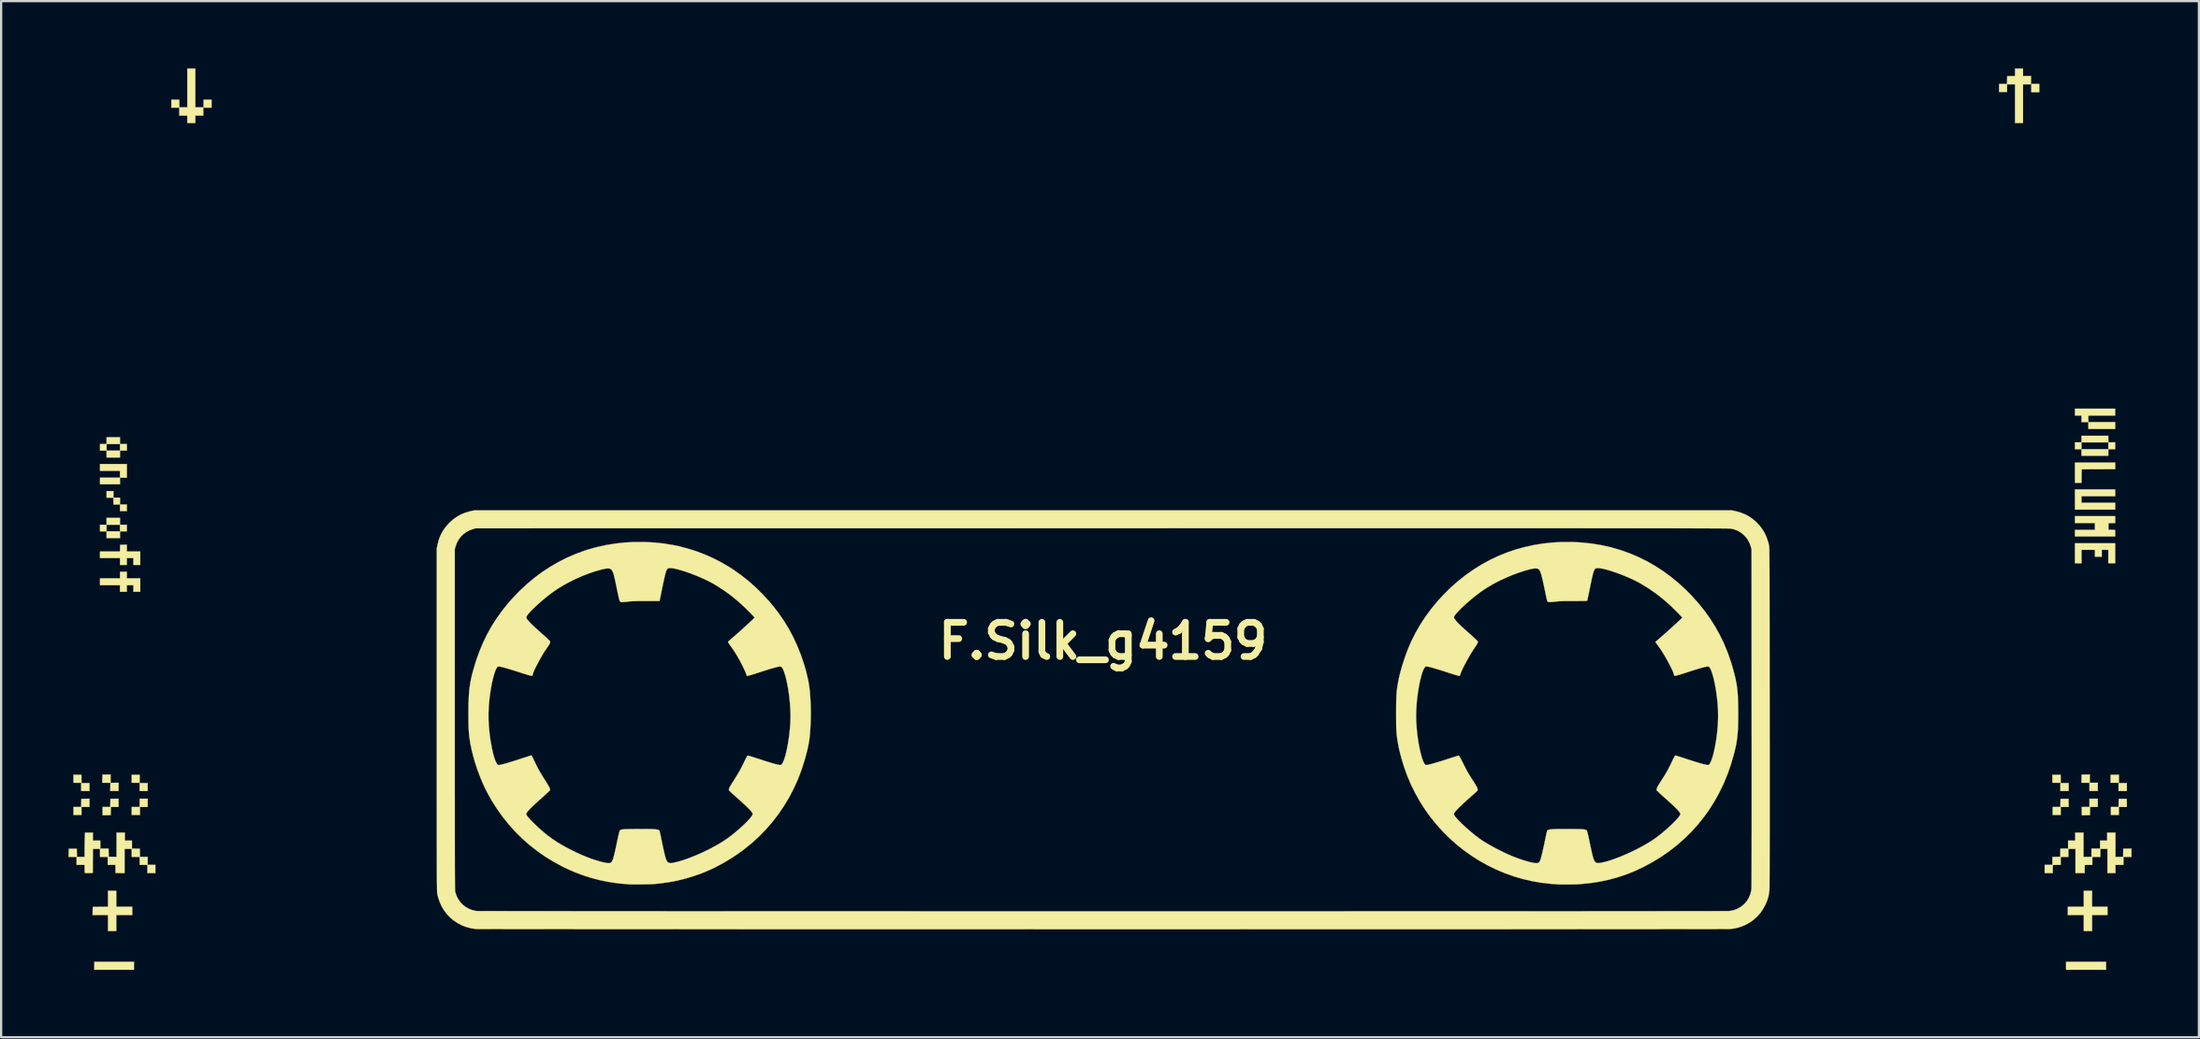
<source format=kicad_pcb>
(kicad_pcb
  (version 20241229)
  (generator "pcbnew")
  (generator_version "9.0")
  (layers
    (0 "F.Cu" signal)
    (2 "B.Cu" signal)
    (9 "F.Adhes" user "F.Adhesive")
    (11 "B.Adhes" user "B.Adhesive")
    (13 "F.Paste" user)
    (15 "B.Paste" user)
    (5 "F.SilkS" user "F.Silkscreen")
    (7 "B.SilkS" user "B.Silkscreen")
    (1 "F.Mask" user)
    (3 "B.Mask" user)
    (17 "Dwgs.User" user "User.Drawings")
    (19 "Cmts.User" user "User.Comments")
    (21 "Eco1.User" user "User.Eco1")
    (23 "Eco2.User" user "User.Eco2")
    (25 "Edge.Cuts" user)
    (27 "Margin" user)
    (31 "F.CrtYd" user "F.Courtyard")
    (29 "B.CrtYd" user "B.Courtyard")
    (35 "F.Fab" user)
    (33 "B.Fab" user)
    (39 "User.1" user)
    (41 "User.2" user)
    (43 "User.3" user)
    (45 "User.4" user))
  (footprint "F.Silk_g4159"
    (layer "F.Cu")
    (at 46.056 25.507)
    (property "Reference" "F.Silk_g4159" (at 0 0 0) (layer "F.SilkS") (effects (font (size 1.524 1.524) (thickness 0.3))))
    (attr through_hole)
    (fp_poly (pts (xy -45.479 6.312) (xy -45.834 6.312) (xy -45.834 5.956) (xy -45.479 5.956) (xy -45.479 6.312)) (stroke (width 0.01) (type solid)) (fill yes) (layer "F.SilkS"))
    (fp_poly (pts (xy -45.123 6.68) (xy -45.491 6.68) (xy -45.491 6.325) (xy -45.123 6.325) (xy -45.123 6.68)) (stroke (width 0.01) (type solid)) (fill yes) (layer "F.SilkS"))
    (fp_poly (pts (xy -44.183 6.312) (xy -44.552 6.312) (xy -44.545 5.95) (xy -44.183 5.943) (xy -44.183 6.312)) (stroke (width 0.01) (type solid)) (fill yes) (layer "F.SilkS"))
    (fp_poly (pts (xy -44.056 -6.388) (xy -44.361 -6.388) (xy -44.361 -6.68) (xy -44.056 -6.68) (xy -44.056 -6.388)) (stroke (width 0.01) (type solid)) (fill yes) (layer "F.SilkS"))
    (fp_poly (pts (xy -43.828 6.68) (xy -44.197 6.68) (xy -44.19 6.318) (xy -43.828 6.311) (xy -43.828 6.68)) (stroke (width 0.01) (type solid)) (fill yes) (layer "F.SilkS"))
    (fp_poly (pts (xy -43.764 -6.985) (xy -44.653 -6.985) (xy -44.653 -7.277) (xy -43.764 -7.277) (xy -43.764 -6.985)) (stroke (width 0.01) (type solid)) (fill yes) (layer "F.SilkS"))
    (fp_poly (pts (xy -43.764 -6.083) (xy -44.056 -6.083) (xy -44.056 -6.388) (xy -43.764 -6.388) (xy -43.764 -6.083)) (stroke (width 0.01) (type solid)) (fill yes) (layer "F.SilkS"))
    (fp_poly (pts (xy -43.459 -5.791) (xy -43.764 -5.791) (xy -43.764 -6.083) (xy -43.459 -6.083) (xy -43.459 -5.791)) (stroke (width 0.01) (type solid)) (fill yes) (layer "F.SilkS"))
    (fp_poly (pts (xy -43.142 14.643) (xy -44.907 14.643) (xy -44.907 14.287) (xy -43.142 14.287) (xy -43.142 14.643)) (stroke (width 0.01) (type solid)) (fill yes) (layer "F.SilkS"))
    (fp_poly (pts (xy -42.888 6.312) (xy -43.243 6.312) (xy -43.243 5.956) (xy -42.888 5.956) (xy -42.888 6.312)) (stroke (width 0.01) (type solid)) (fill yes) (layer "F.SilkS"))
    (fp_poly (pts (xy -42.532 6.68) (xy -42.888 6.68) (xy -42.888 6.325) (xy -42.532 6.325) (xy -42.532 6.68)) (stroke (width 0.01) (type solid)) (fill yes) (layer "F.SilkS"))
    (fp_poly (pts (xy -39.688 -23.762) (xy -40.043 -23.762) (xy -40.043 -24.117) (xy -39.688 -24.117) (xy -39.688 -23.762)) (stroke (width 0.01) (type solid)) (fill yes) (layer "F.SilkS"))
    (fp_poly (pts (xy 41.681 -24.448) (xy 41.326 -24.448) (xy 41.326 -24.816) (xy 41.681 -24.816) (xy 41.681 -24.448)) (stroke (width 0.01) (type solid)) (fill yes) (layer "F.SilkS"))
    (fp_poly (pts (xy 42.634 6.312) (xy 42.266 6.312) (xy 42.266 5.956) (xy 42.634 5.956) (xy 42.634 6.312)) (stroke (width 0.01) (type solid)) (fill yes) (layer "F.SilkS"))
    (fp_poly (pts (xy 42.989 6.68) (xy 42.621 6.68) (xy 42.621 6.325) (xy 42.989 6.325) (xy 42.989 6.68)) (stroke (width 0.01) (type solid)) (fill yes) (layer "F.SilkS"))
    (fp_poly (pts (xy 44.653 14.643) (xy 42.875 14.643) (xy 42.875 14.287) (xy 44.653 14.287) (xy 44.653 14.643)) (stroke (width 0.01) (type solid)) (fill yes) (layer "F.SilkS"))
    (fp_poly (pts (xy 45.06 -9.449) (xy 43.866 -9.449) (xy 43.866 -9.754) (xy 45.06 -9.754) (xy 45.06 -9.449)) (stroke (width 0.01) (type solid)) (fill yes) (layer "F.SilkS"))
    (fp_poly (pts (xy 45.225 6.312) (xy 44.856 6.312) (xy 44.856 5.956) (xy 45.225 5.956) (xy 45.225 6.312)) (stroke (width 0.01) (type solid)) (fill yes) (layer "F.SilkS"))
    (fp_poly (pts (xy 45.58 6.68) (xy 45.212 6.68) (xy 45.212 6.325) (xy 45.58 6.325) (xy 45.58 6.68)) (stroke (width 0.01) (type solid)) (fill yes) (layer "F.SilkS"))
    (fp_poly (pts (xy -43.459 -7.277) (xy -43.764 -7.277) (xy -43.764 -7.582) (xy -44.653 -7.582) (xy -44.653 -7.887) (xy -43.459 -7.887) (xy -43.459 -7.277)) (stroke (width 0.01) (type solid)) (fill yes) (layer "F.SilkS"))
    (fp_poly (pts (xy 45.06 -7.658) (xy 43.567 -7.652) (xy 43.561 -7.048) (xy 43.269 -7.048) (xy 43.269 -7.95) (xy 45.06 -7.95) (xy 45.06 -7.658)) (stroke (width 0.01) (type solid)) (fill yes) (layer "F.SilkS"))
    (fp_poly (pts (xy -45.123 7.391) (xy -45.479 7.391) (xy -45.479 7.747) (xy -45.834 7.747) (xy -45.834 7.391) (xy -45.492 7.391) (xy -45.485 7.029) (xy -45.123 7.022) (xy -45.123 7.391)) (stroke (width 0.01) (type solid)) (fill yes) (layer "F.SilkS"))
    (fp_poly (pts (xy -42.532 7.391) (xy -42.875 7.391) (xy -42.875 7.747) (xy -43.243 7.747) (xy -43.243 7.391) (xy -42.888 7.391) (xy -42.888 7.023) (xy -42.532 7.023) (xy -42.532 7.391)) (stroke (width 0.01) (type solid)) (fill yes) (layer "F.SilkS"))
    (fp_poly (pts (xy 43.929 6.312) (xy 44.285 6.312) (xy 44.285 6.68) (xy 43.917 6.68) (xy 43.917 6.312) (xy 43.56 6.312) (xy 43.567 5.95) (xy 43.929 5.943) (xy 43.929 6.312)) (stroke (width 0.01) (type solid)) (fill yes) (layer "F.SilkS"))
    (fp_poly (pts (xy 45.06 -10.046) (xy 43.866 -10.046) (xy 43.866 -9.754) (xy 43.561 -9.754) (xy 43.561 -10.046) (xy 43.269 -10.046) (xy 43.269 -10.351) (xy 45.06 -10.351) (xy 45.06 -10.046)) (stroke (width 0.01) (type solid)) (fill yes) (layer "F.SilkS"))
    (fp_poly (pts (xy 45.06 -6.452) (xy 43.561 -6.452) (xy 43.561 -6.16) (xy 45.06 -6.16) (xy 45.06 -5.855) (xy 43.269 -5.855) (xy 43.269 -6.756) (xy 45.06 -6.756) (xy 45.06 -6.452)) (stroke (width 0.01) (type solid)) (fill yes) (layer "F.SilkS"))
    (fp_poly (pts (xy 42.987 7.21) (xy 42.99 7.391) (xy 42.634 7.391) (xy 42.634 7.747) (xy 42.278 7.747) (xy 42.278 7.391) (xy 42.621 7.391) (xy 42.628 7.029) (xy 42.983 7.029) (xy 42.987 7.21)) (stroke (width 0.01) (type solid)) (fill yes) (layer "F.SilkS"))
    (fp_poly (pts (xy 45.577 7.21) (xy 45.581 7.391) (xy 45.225 7.391) (xy 45.225 7.747) (xy 44.869 7.747) (xy 44.869 7.391) (xy 45.211 7.391) (xy 45.218 7.029) (xy 45.574 7.029) (xy 45.577 7.21)) (stroke (width 0.01) (type solid)) (fill yes) (layer "F.SilkS"))
    (fp_poly (pts (xy -43.828 7.391) (xy -44.17 7.391) (xy -44.173 7.572) (xy -44.177 7.753) (xy -44.358 7.757) (xy -44.539 7.76) (xy -44.539 7.391) (xy -44.197 7.391) (xy -44.19 7.029) (xy -43.828 7.022) (xy -43.828 7.391)) (stroke (width 0.01) (type solid)) (fill yes) (layer "F.SilkS"))
    (fp_poly (pts (xy 44.285 7.391) (xy 43.943 7.391) (xy 43.939 7.572) (xy 43.936 7.753) (xy 43.755 7.757) (xy 43.574 7.76) (xy 43.574 7.391) (xy 43.917 7.391) (xy 43.917 7.023) (xy 44.285 7.023) (xy 44.285 7.391)) (stroke (width 0.01) (type solid)) (fill yes) (layer "F.SilkS"))
    (fp_poly (pts (xy 45.06 -3.467) (xy 44.755 -3.467) (xy 44.755 -4.064) (xy 44.463 -4.064) (xy 44.463 -3.759) (xy 44.158 -3.759) (xy 44.158 -4.064) (xy 43.561 -4.064) (xy 43.561 -3.467) (xy 43.269 -3.467) (xy 43.269 -4.356) (xy 45.06 -4.356) (xy 45.06 -3.467)) (stroke (width 0.01) (type solid)) (fill yes) (layer "F.SilkS"))
    (fp_poly (pts (xy 45.06 -5.259) (xy 44.91 -5.255) (xy 44.761 -5.251) (xy 44.761 -4.959) (xy 45.06 -4.952) (xy 45.06 -4.661) (xy 43.269 -4.661) (xy 43.269 -4.953) (xy 44.158 -4.953) (xy 44.158 -5.258) (xy 43.269 -5.258) (xy 43.269 -5.563) (xy 45.06 -5.563) (xy 45.06 -5.259)) (stroke (width 0.01) (type solid)) (fill yes) (layer "F.SilkS"))
    (fp_poly (pts (xy -43.459 -2.794) (xy -42.862 -2.794) (xy -42.862 -2.197) (xy -43.167 -2.197) (xy -43.167 -2.489) (xy -43.459 -2.489) (xy -43.459 -2.197) (xy -43.764 -2.197) (xy -43.764 -2.489) (xy -44.653 -2.489) (xy -44.653 -2.794) (xy -43.764 -2.794) (xy -43.764 -3.086) (xy -43.459 -3.086) (xy -43.459 -2.794)) (stroke (width 0.01) (type solid)) (fill yes) (layer "F.SilkS"))
    (fp_poly (pts (xy -43.459 -8.776) (xy -43.459 -8.484) (xy -43.764 -8.484) (xy -43.764 -8.179) (xy -44.361 -8.179) (xy -44.361 -8.484) (xy -44.653 -8.484) (xy -44.653 -8.776) (xy -44.361 -8.776) (xy -44.361 -8.484) (xy -43.764 -8.484) (xy -43.764 -8.776) (xy -44.361 -8.776) (xy -44.361 -9.081) (xy -43.764 -9.081) (xy -43.764 -8.776) (xy -43.459 -8.776)) (stroke (width 0.01) (type solid)) (fill yes) (layer "F.SilkS"))
    (fp_poly (pts (xy -43.459 -5.182) (xy -43.459 -4.889) (xy -43.764 -4.889) (xy -43.764 -4.585) (xy -44.361 -4.585) (xy -44.361 -4.889) (xy -44.653 -4.889) (xy -44.653 -5.182) (xy -44.361 -5.182) (xy -44.361 -4.889) (xy -43.764 -4.889) (xy -43.764 -5.182) (xy -44.361 -5.182) (xy -44.361 -5.486) (xy -43.764 -5.486) (xy -43.764 -5.182) (xy -43.459 -5.182)) (stroke (width 0.01) (type solid)) (fill yes) (layer "F.SilkS"))
    (fp_poly (pts (xy -43.459 -3.988) (xy -42.862 -3.988) (xy -42.862 -3.391) (xy -43.167 -3.391) (xy -43.167 -3.696) (xy -43.459 -3.696) (xy -43.459 -3.391) (xy -43.764 -3.391) (xy -43.764 -3.696) (xy -44.653 -3.696) (xy -44.653 -3.988) (xy -43.765 -3.988) (xy -43.761 -4.137) (xy -43.758 -4.286) (xy -43.609 -4.29) (xy -43.459 -4.293) (xy -43.459 -3.988)) (stroke (width 0.01) (type solid)) (fill yes) (layer "F.SilkS"))
    (fp_poly (pts (xy -40.411 -23.774) (xy -40.056 -23.774) (xy -40.056 -23.406) (xy -40.411 -23.406) (xy -40.411 -23.076) (xy -40.767 -23.076) (xy -40.767 -23.406) (xy -41.123 -23.406) (xy -41.123 -23.762) (xy -41.478 -23.762) (xy -41.478 -24.117) (xy -41.123 -24.117) (xy -41.123 -23.774) (xy -40.767 -23.774) (xy -40.767 -25.502) (xy -40.411 -25.502) (xy -40.411 -23.774)) (stroke (width 0.01) (type solid)) (fill yes) (layer "F.SilkS"))
    (fp_poly (pts (xy 45.06 -8.852) (xy 45.06 -8.547) (xy 44.755 -8.547) (xy 44.755 -8.255) (xy 43.561 -8.255) (xy 43.561 -8.547) (xy 43.269 -8.547) (xy 43.269 -8.852) (xy 43.561 -8.852) (xy 43.561 -8.547) (xy 44.755 -8.547) (xy 44.755 -8.852) (xy 43.561 -8.852) (xy 43.561 -9.144) (xy 44.755 -9.144) (xy 44.755 -8.852) (xy 45.06 -8.852)) (stroke (width 0.01) (type solid)) (fill yes) (layer "F.SilkS"))
    (fp_poly (pts (xy 40.958 -25.171) (xy 41.313 -25.171) (xy 41.313 -24.803) (xy 40.958 -24.803) (xy 40.958 -23.076) (xy 40.602 -23.076) (xy 40.602 -24.803) (xy 40.246 -24.803) (xy 40.246 -24.46) (xy 39.891 -24.46) (xy 39.891 -24.816) (xy 40.246 -24.816) (xy 40.249 -24.99) (xy 40.253 -25.165) (xy 40.427 -25.169) (xy 40.602 -25.172) (xy 40.602 -25.502) (xy 40.958 -25.502) (xy 40.958 -25.171)) (stroke (width 0.01) (type solid)) (fill yes) (layer "F.SilkS"))
    (fp_poly (pts (xy 44.031 11.306) (xy 44.03 11.393) (xy 44.03 11.491) (xy 44.03 11.587) (xy 44.03 11.662) (xy 44.031 11.836) (xy 44.717 11.836) (xy 44.717 12.205) (xy 44.031 12.205) (xy 44.031 12.916) (xy 43.663 12.916) (xy 43.663 12.205) (xy 42.951 12.205) (xy 42.951 11.836) (xy 43.663 11.836) (xy 43.663 11.662) (xy 43.663 11.577) (xy 43.663 11.48) (xy 43.663 11.382) (xy 43.663 11.306) (xy 43.661 11.125) (xy 44.032 11.125) (xy 44.031 11.306)) (stroke (width 0.01) (type solid)) (fill yes) (layer "F.SilkS"))
    (fp_poly (pts (xy -43.929 11.836) (xy -43.218 11.836) (xy -43.218 12.205) (xy -43.929 12.205) (xy -43.929 12.916) (xy -44.299 12.916) (xy -44.298 12.735) (xy -44.297 12.648) (xy -44.297 12.55) (xy -44.297 12.454) (xy -44.297 12.379) (xy -44.298 12.205) (xy -44.984 12.205) (xy -44.977 11.843) (xy -44.637 11.839) (xy -44.298 11.836) (xy -44.297 11.662) (xy -44.297 11.577) (xy -44.297 11.48) (xy -44.297 11.382) (xy -44.298 11.306) (xy -44.299 11.125) (xy -43.929 11.125) (xy -43.929 11.836)) (stroke (width 0.01) (type solid)) (fill yes) (layer "F.SilkS"))
    (fp_poly (pts (xy 43.65 9.614) (xy 44.005 9.614) (xy 44.005 9.246) (xy 44.386 9.246) (xy 44.386 8.89) (xy 44.704 8.89) (xy 44.704 8.534) (xy 45.072 8.534) (xy 45.072 9.614) (xy 45.415 9.614) (xy 45.422 9.252) (xy 45.783 9.245) (xy 45.783 9.614) (xy 45.428 9.614) (xy 45.428 9.97) (xy 45.072 9.97) (xy 45.072 10.338) (xy 44.717 10.338) (xy 44.716 10.157) (xy 44.716 10.094) (xy 44.716 10.011) (xy 44.716 9.914) (xy 44.716 9.81) (xy 44.716 9.703) (xy 44.716 9.617) (xy 44.717 9.258) (xy 44.399 9.258) (xy 44.399 9.614) (xy 44.044 9.614) (xy 44.044 9.969) (xy 43.707 9.976) (xy 43.7 10.338) (xy 43.294 10.338) (xy 43.294 9.258) (xy 42.977 9.258) (xy 42.977 9.614) (xy 42.634 9.614) (xy 42.634 9.969) (xy 42.459 9.972) (xy 42.285 9.976) (xy 42.278 10.338) (xy 41.923 10.338) (xy 41.923 9.97) (xy 42.266 9.97) (xy 42.266 9.615) (xy 42.615 9.608) (xy 42.618 9.427) (xy 42.622 9.246) (xy 42.964 9.246) (xy 42.964 8.89) (xy 43.282 8.89) (xy 43.282 8.534) (xy 43.65 8.534) (xy 43.65 9.614)) (stroke (width 0.01) (type solid)) (fill yes) (layer "F.SilkS"))
    (fp_poly (pts (xy -44.971 8.89) (xy -44.641 8.89) (xy -44.641 9.246) (xy -44.273 9.246) (xy -44.266 9.608) (xy -43.917 9.615) (xy -43.917 8.534) (xy -43.548 8.534) (xy -43.548 8.89) (xy -43.231 8.89) (xy -43.231 9.245) (xy -43.056 9.248) (xy -42.882 9.252) (xy -42.878 9.433) (xy -42.875 9.614) (xy -42.532 9.614) (xy -42.532 9.97) (xy -42.189 9.97) (xy -42.189 10.338) (xy -42.545 10.338) (xy -42.545 9.97) (xy -42.888 9.97) (xy -42.888 9.614) (xy -43.243 9.614) (xy -43.243 9.258) (xy -43.561 9.258) (xy -43.561 9.798) (xy -43.561 10.338) (xy -43.761 10.335) (xy -43.961 10.331) (xy -43.968 9.97) (xy -44.31 9.97) (xy -44.31 9.614) (xy -44.653 9.614) (xy -44.653 9.258) (xy -44.97 9.258) (xy -44.974 9.795) (xy -44.977 10.331) (xy -45.149 10.335) (xy -45.213 10.336) (xy -45.267 10.335) (xy -45.308 10.333) (xy -45.329 10.331) (xy -45.33 10.33) (xy -45.333 10.314) (xy -45.336 10.279) (xy -45.338 10.227) (xy -45.339 10.165) (xy -45.339 10.145) (xy -45.339 9.97) (xy -45.695 9.97) (xy -45.695 9.614) (xy -46.051 9.614) (xy -46.044 9.252) (xy -45.688 9.252) (xy -45.685 9.433) (xy -45.681 9.614) (xy -45.339 9.614) (xy -45.339 9.343) (xy -45.339 9.238) (xy -45.337 9.118) (xy -45.335 8.995) (xy -45.333 8.879) (xy -45.331 8.803) (xy -45.322 8.534) (xy -44.971 8.534) (xy -44.971 8.89)) (stroke (width 0.01) (type solid)) (fill yes) (layer "F.SilkS"))
    (fp_poly (pts (xy 28.127 -5.794) (xy 28.346 -5.738) (xy 28.551 -5.66) (xy 28.743 -5.56) (xy 28.921 -5.44) (xy 29.073 -5.311) (xy 29.222 -5.153) (xy 29.35 -4.987) (xy 29.457 -4.809) (xy 29.543 -4.617) (xy 29.612 -4.41) (xy 29.651 -4.245) (xy 29.652 -4.237) (xy 29.654 -4.226) (xy 29.655 -4.214) (xy 29.657 -4.199) (xy 29.658 -4.18) (xy 29.659 -4.157) (xy 29.66 -4.13) (xy 29.661 -4.097) (xy 29.662 -4.059) (xy 29.663 -4.013) (xy 29.664 -3.961) (xy 29.665 -3.901) (xy 29.666 -3.833) (xy 29.667 -3.756) (xy 29.668 -3.669) (xy 29.668 -3.572) (xy 29.669 -3.464) (xy 29.67 -3.345) (xy 29.67 -3.214) (xy 29.671 -3.071) (xy 29.671 -2.914) (xy 29.672 -2.743) (xy 29.672 -2.558) (xy 29.672 -2.358) (xy 29.673 -2.143) (xy 29.673 -1.911) (xy 29.674 -1.662) (xy 29.674 -1.396) (xy 29.674 -1.111) (xy 29.675 -0.808) (xy 29.675 -0.486) (xy 29.675 -0.144) (xy 29.675 0.219) (xy 29.676 0.602) (xy 29.676 1.008) (xy 29.676 1.436) (xy 29.676 1.887) (xy 29.677 2.361) (xy 29.677 2.859) (xy 29.677 3.383) (xy 29.677 3.404) (xy 29.677 3.989) (xy 29.678 4.548) (xy 29.678 5.083) (xy 29.678 5.594) (xy 29.678 6.08) (xy 29.678 6.541) (xy 29.678 6.979) (xy 29.678 7.393) (xy 29.678 7.784) (xy 29.678 8.151) (xy 29.678 8.496) (xy 29.677 8.818) (xy 29.677 9.117) (xy 29.677 9.394) (xy 29.676 9.649) (xy 29.676 9.883) (xy 29.675 10.095) (xy 29.675 10.286) (xy 29.674 10.455) (xy 29.673 10.604) (xy 29.672 10.733) (xy 29.672 10.841) (xy 29.671 10.93) (xy 29.67 10.998) (xy 29.669 11.047) (xy 29.668 11.077) (xy 29.667 11.085) (xy 29.648 11.244) (xy 29.619 11.388) (xy 29.579 11.525) (xy 29.525 11.663) (xy 29.484 11.755) (xy 29.379 11.946) (xy 29.255 12.122) (xy 29.112 12.281) (xy 28.952 12.423) (xy 28.778 12.546) (xy 28.589 12.648) (xy 28.388 12.729) (xy 28.38 12.732) (xy 28.256 12.769) (xy 28.139 12.796) (xy 28.017 12.815) (xy 27.897 12.827) (xy 27.88 12.828) (xy 27.837 12.828) (xy 27.77 12.828) (xy 27.679 12.829) (xy 27.564 12.829) (xy 27.426 12.829) (xy 27.266 12.83) (xy 27.083 12.83) (xy 26.878 12.83) (xy 26.652 12.831) (xy 26.405 12.831) (xy 26.137 12.831) (xy 25.849 12.832) (xy 25.542 12.832) (xy 25.216 12.832) (xy 24.87 12.832) (xy 24.507 12.833) (xy 24.126 12.833) (xy 23.727 12.833) (xy 23.311 12.833) (xy 22.879 12.834) (xy 22.431 12.834) (xy 21.967 12.834) (xy 21.488 12.834) (xy 20.994 12.835) (xy 20.486 12.835) (xy 19.964 12.835) (xy 19.429 12.835) (xy 18.881 12.835) (xy 18.32 12.835) (xy 17.747 12.836) (xy 17.163 12.836) (xy 16.568 12.836) (xy 15.961 12.836) (xy 15.345 12.836) (xy 14.718 12.836) (xy 14.082 12.837) (xy 13.438 12.837) (xy 12.785 12.837) (xy 12.123 12.837) (xy 11.454 12.837) (xy 10.778 12.837) (xy 10.095 12.837) (xy 9.406 12.837) (xy 8.712 12.837) (xy 8.011 12.837) (xy 7.306 12.837) (xy 6.596 12.837) (xy 5.883 12.838) (xy 5.165 12.838) (xy 4.445 12.838) (xy 3.721 12.838) (xy 2.996 12.838) (xy 2.268 12.838) (xy 1.54 12.838) (xy 0.81 12.838) (xy 0.08 12.838) (xy -0.651 12.838) (xy -1.38 12.838) (xy -2.109 12.838) (xy -2.837 12.838) (xy -3.563 12.837) (xy -4.287 12.837) (xy -5.008 12.837) (xy -5.726 12.837) (xy -6.441 12.837) (xy -7.152 12.837) (xy -7.858 12.837) (xy -8.56 12.837) (xy -9.256 12.837) (xy -9.946 12.837) (xy -10.631 12.837) (xy -11.308 12.837) (xy -11.979 12.836) (xy -12.642 12.836) (xy -13.297 12.836) (xy -13.944 12.836) (xy -14.582 12.836) (xy -15.21 12.836) (xy -15.829 12.836) (xy -16.438 12.835) (xy -17.036 12.835) (xy -17.623 12.835) (xy -18.199 12.835) (xy -18.762 12.835) (xy -19.313 12.834) (xy -19.852 12.834) (xy -20.377 12.834) (xy -20.888 12.834) (xy -21.385 12.834) (xy -21.868 12.833) (xy -22.335 12.833) (xy -22.787 12.833) (xy -23.223 12.833) (xy -23.643 12.832) (xy -24.045 12.832) (xy -24.431 12.832) (xy -24.798 12.832) (xy -25.148 12.831) (xy -25.479 12.831) (xy -25.791 12.831) (xy -26.083 12.83) (xy -26.355 12.83) (xy -26.607 12.83) (xy -26.838 12.829) (xy -27.048 12.829) (xy -27.236 12.829) (xy -27.402 12.828) (xy -27.545 12.828) (xy -27.665 12.828) (xy -27.762 12.827) (xy -27.835 12.827) (xy -27.883 12.827) (xy -27.906 12.826) (xy -27.908 12.826) (xy -28.123 12.797) (xy -28.332 12.743) (xy -28.534 12.667) (xy -28.725 12.569) (xy -28.905 12.45) (xy -29.055 12.325) (xy -29.208 12.166) (xy -29.339 11.994) (xy -29.45 11.807) (xy -29.539 11.606) (xy -29.608 11.39) (xy -29.638 11.259) (xy -29.64 11.25) (xy -29.641 11.24) (xy -29.643 11.228) (xy -29.644 11.213) (xy -29.645 11.195) (xy -29.646 11.173) (xy -29.648 11.147) (xy -29.649 11.115) (xy -29.65 11.078) (xy -29.651 11.034) (xy -29.652 10.984) (xy -29.652 10.926) (xy -29.653 10.86) (xy -29.654 10.785) (xy -29.655 10.701) (xy -29.655 10.607) (xy -29.656 10.503) (xy -29.657 10.387) (xy -29.657 10.26) (xy -29.657 10.12) (xy -29.658 9.967) (xy -29.658 9.801) (xy -29.659 9.621) (xy -29.659 9.425) (xy -29.659 9.215) (xy -29.66 8.988) (xy -29.66 8.745) (xy -29.66 8.485) (xy -29.66 8.207) (xy -29.66 7.91) (xy -29.66 7.594) (xy -29.661 7.259) (xy -29.661 6.904) (xy -29.661 6.528) (xy -29.661 6.13) (xy -29.661 5.71) (xy -29.661 5.268) (xy -29.661 4.802) (xy -29.661 4.313) (xy -29.661 3.799) (xy -29.661 -4.083) (xy -28.861 -4.083) (xy -28.861 3.499) (xy -28.861 4.025) (xy -28.861 4.526) (xy -28.861 5.002) (xy -28.861 5.456) (xy -28.861 5.886) (xy -28.861 6.294) (xy -28.861 6.68) (xy -28.86 7.045) (xy -28.86 7.389) (xy -28.86 7.714) (xy -28.86 8.019) (xy -28.86 8.305) (xy -28.86 8.573) (xy -28.86 8.824) (xy -28.859 9.058) (xy -28.859 9.275) (xy -28.859 9.477) (xy -28.858 9.664) (xy -28.858 9.836) (xy -28.858 9.994) (xy -28.857 10.139) (xy -28.857 10.271) (xy -28.856 10.392) (xy -28.855 10.5) (xy -28.855 10.598) (xy -28.854 10.686) (xy -28.853 10.764) (xy -28.853 10.833) (xy -28.852 10.893) (xy -28.851 10.946) (xy -28.85 10.991) (xy -28.849 11.03) (xy -28.848 11.063) (xy -28.847 11.09) (xy -28.846 11.113) (xy -28.844 11.131) (xy -28.843 11.146) (xy -28.842 11.158) (xy -28.84 11.167) (xy -28.839 11.175) (xy -28.838 11.176) (xy -28.789 11.333) (xy -28.718 11.479) (xy -28.627 11.612) (xy -28.52 11.73) (xy -28.396 11.831) (xy -28.26 11.913) (xy -28.112 11.975) (xy -27.954 12.016) (xy -27.889 12.025) (xy -27.873 12.026) (xy -27.831 12.026) (xy -27.765 12.027) (xy -27.676 12.027) (xy -27.562 12.027) (xy -27.425 12.028) (xy -27.266 12.028) (xy -27.084 12.029) (xy -26.881 12.029) (xy -26.656 12.029) (xy -26.41 12.03) (xy -26.143 12.03) (xy -25.857 12.03) (xy -25.551 12.031) (xy -25.225 12.031) (xy -24.881 12.031) (xy -24.519 12.032) (xy -24.139 12.032) (xy -23.741 12.032) (xy -23.327 12.033) (xy -22.896 12.033) (xy -22.448 12.033) (xy -21.986 12.033) (xy -21.508 12.034) (xy -21.015 12.034) (xy -20.508 12.034) (xy -19.987 12.034) (xy -19.453 12.035) (xy -18.906 12.035) (xy -18.346 12.035) (xy -17.774 12.035) (xy -17.191 12.035) (xy -16.597 12.036) (xy -15.991 12.036) (xy -15.376 12.036) (xy -14.75 12.036) (xy -14.115 12.036) (xy -13.472 12.037) (xy -12.819 12.037) (xy -12.159 12.037) (xy -11.491 12.037) (xy -10.816 12.037) (xy -10.134 12.037) (xy -9.445 12.037) (xy -8.751 12.037) (xy -8.052 12.038) (xy -7.347 12.038) (xy -6.638 12.038) (xy -5.925 12.038) (xy -5.209 12.038) (xy -4.489 12.038) (xy -3.766 12.038) (xy -3.041 12.038) (xy -2.315 12.038) (xy -1.586 12.038) (xy -0.857 12.038) (xy -0.128 12.038) (xy 0.602 12.038) (xy 1.331 12.038) (xy 2.06 12.038) (xy 2.787 12.038) (xy 3.513 12.038) (xy 4.236 12.038) (xy 4.957 12.038) (xy 5.675 12.038) (xy 6.389 12.038) (xy 7.099 12.038) (xy 7.805 12.038) (xy 8.506 12.038) (xy 9.202 12.038) (xy 9.893 12.038) (xy 10.577 12.038) (xy 11.254 12.037) (xy 11.925 12.037) (xy 12.588 12.037) (xy 13.243 12.037) (xy 13.889 12.037) (xy 14.527 12.037) (xy 15.156 12.037) (xy 15.775 12.037) (xy 16.384 12.036) (xy 16.982 12.036) (xy 17.569 12.036) (xy 18.144 12.036) (xy 18.708 12.036) (xy 19.26 12.035) (xy 19.798 12.035) (xy 20.323 12.035) (xy 20.835 12.035) (xy 21.333 12.035) (xy 21.815 12.034) (xy 22.283 12.034) (xy 22.736 12.034) (xy 23.172 12.034) (xy 23.592 12.033) (xy 23.995 12.033) (xy 24.381 12.033) (xy 24.75 12.032) (xy 25.1 12.032) (xy 25.431 12.032) (xy 25.744 12.031) (xy 26.037 12.031) (xy 26.31 12.031) (xy 26.563 12.03) (xy 26.795 12.03) (xy 27.006 12.03) (xy 27.195 12.029) (xy 27.361 12.029) (xy 27.506 12.029) (xy 27.627 12.028) (xy 27.725 12.028) (xy 27.799 12.027) (xy 27.848 12.027) (xy 27.873 12.027) (xy 27.875 12.026) (xy 28 12.008) (xy 28.112 11.979) (xy 28.222 11.935) (xy 28.284 11.905) (xy 28.424 11.819) (xy 28.547 11.715) (xy 28.653 11.594) (xy 28.74 11.458) (xy 28.806 11.31) (xy 28.851 11.151) (xy 28.867 11.048) (xy 28.868 11.03) (xy 28.869 10.993) (xy 28.87 10.938) (xy 28.871 10.865) (xy 28.872 10.772) (xy 28.873 10.66) (xy 28.873 10.529) (xy 28.874 10.377) (xy 28.875 10.206) (xy 28.875 10.014) (xy 28.876 9.802) (xy 28.876 9.568) (xy 28.877 9.314) (xy 28.877 9.037) (xy 28.877 8.739) (xy 28.878 8.419) (xy 28.878 8.077) (xy 28.878 7.712) (xy 28.878 7.324) (xy 28.878 6.913) (xy 28.878 6.479) (xy 28.878 6.02) (xy 28.878 5.538) (xy 28.878 5.032) (xy 28.878 4.5) (xy 28.877 3.944) (xy 28.877 3.423) (xy 28.873 -4.083) (xy 28.844 -4.191) (xy 28.789 -4.351) (xy 28.713 -4.498) (xy 28.618 -4.63) (xy 28.506 -4.746) (xy 28.379 -4.844) (xy 28.237 -4.923) (xy 28.084 -4.98) (xy 27.957 -5.01) (xy 27.951 -5.011) (xy 27.941 -5.011) (xy 27.927 -5.012) (xy 27.909 -5.013) (xy 27.887 -5.013) (xy 27.859 -5.014) (xy 27.826 -5.015) (xy 27.788 -5.015) (xy 27.744 -5.016) (xy 27.694 -5.016) (xy 27.637 -5.017) (xy 27.573 -5.017) (xy 27.502 -5.018) (xy 27.424 -5.018) (xy 27.338 -5.019) (xy 27.245 -5.019) (xy 27.143 -5.02) (xy 27.032 -5.02) (xy 26.912 -5.021) (xy 26.783 -5.021) (xy 26.645 -5.021) (xy 26.497 -5.022) (xy 26.338 -5.022) (xy 26.17 -5.023) (xy 25.99 -5.023) (xy 25.799 -5.023) (xy 25.597 -5.023) (xy 25.384 -5.024) (xy 25.158 -5.024) (xy 24.92 -5.024) (xy 24.67 -5.025) (xy 24.406 -5.025) (xy 24.13 -5.025) (xy 23.839 -5.025) (xy 23.535 -5.025) (xy 23.217 -5.026) (xy 22.885 -5.026) (xy 22.537 -5.026) (xy 22.175 -5.026) (xy 21.798 -5.026) (xy 21.404 -5.026) (xy 20.995 -5.027) (xy 20.569 -5.027) (xy 20.127 -5.027) (xy 19.668 -5.027) (xy 19.192 -5.027) (xy 18.698 -5.027) (xy 18.187 -5.027) (xy 17.657 -5.027) (xy 17.109 -5.027) (xy 16.543 -5.027) (xy 15.957 -5.027) (xy 15.352 -5.027) (xy 14.727 -5.027) (xy 14.083 -5.027) (xy 13.418 -5.027) (xy 12.732 -5.027) (xy 12.026 -5.027) (xy 11.299 -5.027) (xy 10.55 -5.027) (xy 9.779 -5.027) (xy 8.986 -5.027) (xy 8.171 -5.027) (xy 7.333 -5.027) (xy 6.472 -5.027) (xy 5.588 -5.027) (xy 4.68 -5.027) (xy 3.748 -5.027) (xy 2.792 -5.026) (xy 1.812 -5.026) (xy 0.807 -5.026) (xy -0.044 -5.026) (xy -27.934 -5.023) (xy -28.035 -4.994) (xy -28.198 -4.935) (xy -28.347 -4.857) (xy -28.48 -4.759) (xy -28.595 -4.644) (xy -28.693 -4.512) (xy -28.771 -4.365) (xy -28.828 -4.204) (xy -28.832 -4.191) (xy -28.861 -4.083) (xy -29.661 -4.083) (xy -29.661 -4.134) (xy -29.632 -4.276) (xy -29.578 -4.488) (xy -29.506 -4.684) (xy -29.414 -4.867) (xy -29.3 -5.038) (xy -29.164 -5.201) (xy -29.103 -5.265) (xy -28.942 -5.411) (xy -28.774 -5.533) (xy -28.596 -5.634) (xy -28.406 -5.714) (xy -28.201 -5.775) (xy -28.114 -5.794) (xy -27.972 -5.823) (xy 27.984 -5.823) (xy 28.127 -5.794)) (stroke (width 0.01) (type solid)) (fill yes) (layer "F.SilkS"))
    (fp_poly (pts (xy -19.993 -4.39) (xy -19.565 -4.345) (xy -19.142 -4.277) (xy -18.91 -4.229) (xy -18.511 -4.128) (xy -18.115 -4.003) (xy -17.724 -3.854) (xy -17.342 -3.683) (xy -16.969 -3.491) (xy -16.609 -3.278) (xy -16.475 -3.192) (xy -16.125 -2.944) (xy -15.784 -2.675) (xy -15.455 -2.383) (xy -15.139 -2.07) (xy -14.836 -1.737) (xy -14.736 -1.619) (xy -14.468 -1.278) (xy -14.222 -0.925) (xy -13.997 -0.559) (xy -13.794 -0.179) (xy -13.611 0.215) (xy -13.449 0.623) (xy -13.308 1.045) (xy -13.261 1.206) (xy -13.212 1.386) (xy -13.17 1.554) (xy -13.134 1.713) (xy -13.104 1.868) (xy -13.08 2.023) (xy -13.06 2.184) (xy -13.044 2.355) (xy -13.031 2.54) (xy -13.021 2.744) (xy -13.016 2.846) (xy -13.011 3.041) (xy -13.01 3.244) (xy -13.013 3.451) (xy -13.019 3.658) (xy -13.029 3.859) (xy -13.041 4.051) (xy -13.057 4.229) (xy -13.076 4.389) (xy -13.088 4.47) (xy -13.122 4.655) (xy -13.166 4.857) (xy -13.221 5.071) (xy -13.283 5.293) (xy -13.352 5.517) (xy -13.426 5.738) (xy -13.503 5.953) (xy -13.583 6.154) (xy -13.595 6.184) (xy -13.779 6.587) (xy -13.983 6.977) (xy -14.208 7.351) (xy -14.453 7.711) (xy -14.718 8.056) (xy -15.002 8.384) (xy -15.304 8.695) (xy -15.626 8.99) (xy -15.965 9.266) (xy -16.034 9.319) (xy -16.257 9.479) (xy -16.494 9.637) (xy -16.74 9.79) (xy -16.988 9.932) (xy -17.233 10.062) (xy -17.469 10.176) (xy -17.52 10.199) (xy -17.878 10.348) (xy -18.236 10.475) (xy -18.596 10.583) (xy -18.964 10.673) (xy -19.342 10.744) (xy -19.734 10.798) (xy -19.958 10.821) (xy -20.021 10.825) (xy -20.105 10.829) (xy -20.206 10.833) (xy -20.319 10.835) (xy -20.44 10.838) (xy -20.566 10.839) (xy -20.69 10.84) (xy -20.81 10.84) (xy -20.921 10.839) (xy -21.019 10.838) (xy -21.099 10.835) (xy -21.139 10.833) (xy -21.575 10.794) (xy -21.999 10.732) (xy -22.412 10.649) (xy -22.817 10.542) (xy -23.214 10.413) (xy -23.605 10.259) (xy -23.992 10.082) (xy -24.067 10.045) (xy -24.457 9.834) (xy -24.833 9.603) (xy -25.192 9.352) (xy -25.536 9.081) (xy -25.862 8.792) (xy -26.172 8.485) (xy -26.463 8.16) (xy -26.737 7.817) (xy -26.992 7.458) (xy -27.228 7.082) (xy -27.41 6.756) (xy -27.533 6.51) (xy -27.651 6.247) (xy -27.762 5.972) (xy -27.865 5.69) (xy -27.958 5.406) (xy -28.039 5.124) (xy -28.108 4.848) (xy -28.163 4.583) (xy -28.193 4.401) (xy -28.206 4.307) (xy -28.217 4.219) (xy -28.226 4.133) (xy -28.233 4.047) (xy -28.239 3.957) (xy -28.243 3.86) (xy -28.247 3.752) (xy -28.249 3.631) (xy -28.25 3.493) (xy -28.251 3.335) (xy -28.251 3.219) (xy -28.251 3.195) (xy -27.359 3.195) (xy -27.358 3.497) (xy -27.342 3.803) (xy -27.311 4.12) (xy -27.273 4.401) (xy -27.244 4.577) (xy -27.213 4.744) (xy -27.179 4.9) (xy -27.144 5.043) (xy -27.108 5.171) (xy -27.071 5.282) (xy -27.035 5.373) (xy -26.999 5.444) (xy -26.964 5.492) (xy -26.958 5.498) (xy -26.939 5.514) (xy -26.921 5.522) (xy -26.897 5.523) (xy -26.859 5.517) (xy -26.838 5.513) (xy -26.767 5.499) (xy -26.68 5.477) (xy -26.576 5.449) (xy -26.454 5.413) (xy -26.313 5.37) (xy -26.15 5.318) (xy -26.003 5.271) (xy -25.902 5.237) (xy -25.805 5.206) (xy -25.717 5.177) (xy -25.64 5.153) (xy -25.579 5.133) (xy -25.535 5.119) (xy -25.517 5.114) (xy -25.45 5.094) (xy -25.419 5.142) (xy -25.402 5.17) (xy -25.378 5.216) (xy -25.349 5.275) (xy -25.318 5.341) (xy -25.298 5.382) (xy -25.236 5.514) (xy -25.173 5.64) (xy -25.106 5.763) (xy -25.033 5.89) (xy -24.95 6.026) (xy -24.855 6.176) (xy -24.837 6.203) (xy -24.763 6.321) (xy -24.704 6.419) (xy -24.661 6.499) (xy -24.632 6.562) (xy -24.618 6.607) (xy -24.618 6.635) (xy -24.629 6.652) (xy -24.66 6.685) (xy -24.708 6.732) (xy -24.773 6.794) (xy -24.855 6.868) (xy -24.951 6.955) (xy -25.011 7.009) (xy -25.16 7.142) (xy -25.289 7.261) (xy -25.399 7.365) (xy -25.49 7.456) (xy -25.562 7.532) (xy -25.617 7.596) (xy -25.655 7.648) (xy -25.675 7.687) (xy -25.679 7.709) (xy -25.673 7.735) (xy -25.652 7.772) (xy -25.616 7.82) (xy -25.564 7.881) (xy -25.495 7.956) (xy -25.408 8.045) (xy -25.363 8.091) (xy -25.149 8.298) (xy -24.94 8.485) (xy -24.731 8.655) (xy -24.519 8.812) (xy -24.297 8.96) (xy -24.062 9.101) (xy -23.808 9.239) (xy -23.711 9.289) (xy -23.456 9.415) (xy -23.216 9.524) (xy -22.988 9.62) (xy -22.768 9.703) (xy -22.552 9.774) (xy -22.338 9.835) (xy -22.31 9.842) (xy -22.195 9.869) (xy -22.102 9.887) (xy -22.027 9.894) (xy -21.969 9.891) (xy -21.924 9.878) (xy -21.896 9.861) (xy -21.877 9.841) (xy -21.859 9.814) (xy -21.84 9.777) (xy -21.821 9.729) (xy -21.801 9.667) (xy -21.78 9.591) (xy -21.756 9.499) (xy -21.73 9.388) (xy -21.701 9.257) (xy -21.668 9.105) (xy -21.634 8.941) (xy -21.605 8.806) (xy -21.58 8.69) (xy -21.558 8.596) (xy -21.54 8.523) (xy -21.526 8.473) (xy -21.516 8.447) (xy -21.515 8.445) (xy -21.503 8.431) (xy -21.489 8.419) (xy -21.469 8.409) (xy -21.443 8.401) (xy -21.407 8.394) (xy -21.36 8.389) (xy -21.299 8.384) (xy -21.223 8.381) (xy -21.129 8.378) (xy -21.015 8.376) (xy -20.879 8.374) (xy -20.79 8.373) (xy -20.587 8.372) (xy -20.408 8.372) (xy -20.254 8.373) (xy -20.122 8.376) (xy -20.013 8.381) (xy -19.925 8.388) (xy -19.858 8.396) (xy -19.812 8.406) (xy -19.796 8.411) (xy -19.785 8.416) (xy -19.775 8.42) (xy -19.766 8.426) (xy -19.758 8.435) (xy -19.75 8.45) (xy -19.742 8.474) (xy -19.732 8.507) (xy -19.721 8.553) (xy -19.708 8.613) (xy -19.691 8.69) (xy -19.672 8.785) (xy -19.648 8.902) (xy -19.622 9.024) (xy -19.588 9.189) (xy -19.557 9.331) (xy -19.529 9.452) (xy -19.504 9.553) (xy -19.481 9.637) (xy -19.459 9.705) (xy -19.438 9.758) (xy -19.417 9.8) (xy -19.395 9.831) (xy -19.372 9.854) (xy -19.347 9.87) (xy -19.335 9.875) (xy -19.301 9.887) (xy -19.262 9.892) (xy -19.216 9.89) (xy -19.157 9.882) (xy -19.079 9.866) (xy -19.052 9.86) (xy -18.869 9.814) (xy -18.67 9.753) (xy -18.46 9.679) (xy -18.24 9.594) (xy -18.016 9.5) (xy -17.791 9.398) (xy -17.568 9.29) (xy -17.351 9.177) (xy -17.144 9.062) (xy -16.951 8.945) (xy -16.84 8.874) (xy -16.729 8.796) (xy -16.614 8.712) (xy -16.497 8.621) (xy -16.38 8.526) (xy -16.264 8.429) (xy -16.153 8.331) (xy -16.046 8.234) (xy -15.947 8.139) (xy -15.856 8.049) (xy -15.776 7.964) (xy -15.709 7.887) (xy -15.655 7.819) (xy -15.618 7.762) (xy -15.598 7.718) (xy -15.596 7.701) (xy -15.604 7.671) (xy -15.629 7.629) (xy -15.671 7.575) (xy -15.731 7.509) (xy -15.809 7.429) (xy -15.905 7.335) (xy -16.02 7.228) (xy -16.155 7.105) (xy -16.243 7.027) (xy -16.344 6.937) (xy -16.427 6.863) (xy -16.494 6.803) (xy -16.548 6.754) (xy -16.588 6.716) (xy -16.618 6.686) (xy -16.638 6.664) (xy -16.651 6.646) (xy -16.657 6.632) (xy -16.658 6.62) (xy -16.657 6.609) (xy -16.655 6.6) (xy -16.646 6.568) (xy -16.631 6.53) (xy -16.607 6.484) (xy -16.574 6.426) (xy -16.53 6.354) (xy -16.474 6.265) (xy -16.442 6.217) (xy -16.286 5.967) (xy -16.148 5.727) (xy -16.03 5.5) (xy -15.989 5.414) (xy -15.944 5.319) (xy -15.909 5.245) (xy -15.88 5.19) (xy -15.858 5.15) (xy -15.84 5.124) (xy -15.824 5.11) (xy -15.81 5.104) (xy -15.798 5.103) (xy -15.778 5.108) (xy -15.738 5.12) (xy -15.68 5.138) (xy -15.608 5.161) (xy -15.524 5.188) (xy -15.431 5.218) (xy -15.386 5.232) (xy -15.212 5.289) (xy -15.06 5.338) (xy -14.928 5.379) (xy -14.814 5.414) (xy -14.716 5.443) (xy -14.632 5.467) (xy -14.56 5.486) (xy -14.498 5.501) (xy -14.443 5.511) (xy -14.399 5.519) (xy -14.361 5.522) (xy -14.337 5.518) (xy -14.316 5.501) (xy -14.307 5.492) (xy -14.269 5.439) (xy -14.23 5.362) (xy -14.192 5.263) (xy -14.154 5.146) (xy -14.118 5.011) (xy -14.083 4.861) (xy -14.049 4.698) (xy -14.019 4.524) (xy -13.991 4.341) (xy -13.966 4.151) (xy -13.945 3.957) (xy -13.928 3.759) (xy -13.918 3.6) (xy -13.912 3.415) (xy -13.913 3.217) (xy -13.921 3.008) (xy -13.936 2.793) (xy -13.957 2.576) (xy -13.983 2.359) (xy -14.014 2.148) (xy -14.05 1.945) (xy -14.09 1.754) (xy -14.133 1.579) (xy -14.18 1.424) (xy -14.205 1.353) (xy -14.24 1.268) (xy -14.272 1.206) (xy -14.304 1.164) (xy -14.337 1.14) (xy -14.374 1.13) (xy -14.382 1.13) (xy -14.416 1.134) (xy -14.473 1.146) (xy -14.549 1.165) (xy -14.642 1.19) (xy -14.751 1.221) (xy -14.872 1.257) (xy -15.005 1.298) (xy -15.146 1.343) (xy -15.246 1.375) (xy -15.384 1.42) (xy -15.499 1.457) (xy -15.595 1.487) (xy -15.672 1.511) (xy -15.732 1.528) (xy -15.779 1.539) (xy -15.813 1.546) (xy -15.836 1.548) (xy -15.851 1.547) (xy -15.853 1.546) (xy -15.865 1.531) (xy -15.878 1.498) (xy -15.886 1.47) (xy -15.897 1.434) (xy -15.919 1.38) (xy -15.95 1.311) (xy -15.988 1.23) (xy -16.031 1.141) (xy -16.077 1.048) (xy -16.125 0.955) (xy -16.173 0.864) (xy -16.219 0.78) (xy -16.244 0.737) (xy -16.32 0.608) (xy -16.39 0.494) (xy -16.461 0.387) (xy -16.538 0.277) (xy -16.59 0.205) (xy -16.639 0.136) (xy -16.672 0.086) (xy -16.69 0.052) (xy -16.694 0.034) (xy -16.693 0.031) (xy -16.681 0.019) (xy -16.652 -0.008) (xy -16.609 -0.046) (xy -16.555 -0.094) (xy -16.493 -0.148) (xy -16.438 -0.196) (xy -16.303 -0.314) (xy -16.162 -0.438) (xy -16.02 -0.566) (xy -15.883 -0.691) (xy -15.755 -0.81) (xy -15.641 -0.917) (xy -15.636 -0.922) (xy -15.506 -1.048) (xy -15.729 -1.279) (xy -16.012 -1.558) (xy -16.298 -1.815) (xy -16.592 -2.052) (xy -16.897 -2.271) (xy -17.217 -2.476) (xy -17.34 -2.549) (xy -17.466 -2.619) (xy -17.605 -2.69) (xy -17.754 -2.761) (xy -17.91 -2.831) (xy -18.07 -2.899) (xy -18.232 -2.963) (xy -18.393 -3.024) (xy -18.551 -3.079) (xy -18.702 -3.129) (xy -18.844 -3.171) (xy -18.974 -3.206) (xy -19.089 -3.231) (xy -19.187 -3.247) (xy -19.257 -3.251) (xy -19.308 -3.25) (xy -19.342 -3.247) (xy -19.365 -3.238) (xy -19.383 -3.224) (xy -19.387 -3.22) (xy -19.404 -3.202) (xy -19.419 -3.179) (xy -19.434 -3.151) (xy -19.449 -3.115) (xy -19.464 -3.069) (xy -19.481 -3.012) (xy -19.499 -2.941) (xy -19.52 -2.855) (xy -19.543 -2.752) (xy -19.569 -2.631) (xy -19.599 -2.488) (xy -19.633 -2.323) (xy -19.645 -2.267) (xy -19.743 -1.785) (xy -20.346 -1.784) (xy -20.496 -1.784) (xy -20.623 -1.783) (xy -20.73 -1.782) (xy -20.821 -1.78) (xy -20.896 -1.778) (xy -20.96 -1.775) (xy -21.015 -1.771) (xy -21.064 -1.767) (xy -21.109 -1.762) (xy -21.114 -1.761) (xy -21.187 -1.752) (xy -21.262 -1.745) (xy -21.329 -1.739) (xy -21.377 -1.736) (xy -21.406 -1.735) (xy -21.43 -1.733) (xy -21.451 -1.733) (xy -21.469 -1.737) (xy -21.485 -1.746) (xy -21.499 -1.762) (xy -21.513 -1.787) (xy -21.527 -1.822) (xy -21.541 -1.87) (xy -21.557 -1.932) (xy -21.575 -2.01) (xy -21.596 -2.106) (xy -21.62 -2.221) (xy -21.648 -2.358) (xy -21.679 -2.508) (xy -21.708 -2.647) (xy -21.733 -2.763) (xy -21.756 -2.859) (xy -21.776 -2.938) (xy -21.795 -3.002) (xy -21.813 -3.054) (xy -21.831 -3.096) (xy -21.85 -3.13) (xy -21.855 -3.138) (xy -21.886 -3.179) (xy -21.922 -3.209) (xy -21.966 -3.228) (xy -22.021 -3.236) (xy -22.089 -3.234) (xy -22.174 -3.221) (xy -22.278 -3.199) (xy -22.326 -3.187) (xy -22.606 -3.108) (xy -22.894 -3.011) (xy -23.184 -2.899) (xy -23.471 -2.772) (xy -23.752 -2.635) (xy -24.021 -2.487) (xy -24.274 -2.333) (xy -24.495 -2.181) (xy -24.621 -2.087) (xy -24.749 -1.987) (xy -24.877 -1.883) (xy -25.003 -1.777) (xy -25.124 -1.671) (xy -25.238 -1.567) (xy -25.344 -1.467) (xy -25.438 -1.373) (xy -25.519 -1.287) (xy -25.585 -1.211) (xy -25.634 -1.146) (xy -25.649 -1.122) (xy -25.672 -1.073) (xy -25.674 -1.036) (xy -25.674 -1.035) (xy -25.656 -0.997) (xy -25.618 -0.944) (xy -25.56 -0.876) (xy -25.481 -0.793) (xy -25.383 -0.696) (xy -25.265 -0.585) (xy -25.127 -0.46) (xy -25.032 -0.375) (xy -24.931 -0.286) (xy -24.848 -0.213) (xy -24.781 -0.152) (xy -24.728 -0.104) (xy -24.687 -0.065) (xy -24.657 -0.035) (xy -24.637 -0.012) (xy -24.623 0.006) (xy -24.616 0.021) (xy -24.613 0.033) (xy -24.613 0.043) (xy -24.616 0.067) (xy -24.626 0.097) (xy -24.646 0.136) (xy -24.676 0.186) (xy -24.719 0.251) (xy -24.775 0.332) (xy -24.778 0.337) (xy -24.859 0.457) (xy -24.945 0.596) (xy -25.035 0.75) (xy -25.126 0.915) (xy -25.215 1.085) (xy -25.216 1.087) (xy -25.272 1.199) (xy -25.316 1.29) (xy -25.349 1.363) (xy -25.371 1.42) (xy -25.383 1.462) (xy -25.387 1.491) (xy -25.389 1.511) (xy -25.394 1.527) (xy -25.404 1.538) (xy -25.422 1.543) (xy -25.45 1.544) (xy -25.489 1.538) (xy -25.541 1.526) (xy -25.609 1.508) (xy -25.693 1.482) (xy -25.797 1.45) (xy -25.921 1.41) (xy -26.022 1.377) (xy -26.177 1.327) (xy -26.323 1.281) (xy -26.457 1.241) (xy -26.577 1.206) (xy -26.682 1.177) (xy -26.77 1.154) (xy -26.838 1.139) (xy -26.885 1.131) (xy -26.899 1.13) (xy -26.935 1.139) (xy -26.962 1.155) (xy -26.997 1.202) (xy -27.033 1.273) (xy -27.07 1.365) (xy -27.107 1.476) (xy -27.143 1.604) (xy -27.178 1.748) (xy -27.212 1.905) (xy -27.244 2.073) (xy -27.273 2.251) (xy -27.299 2.436) (xy -27.317 2.584) (xy -27.345 2.893) (xy -27.359 3.195) (xy -28.251 3.195) (xy -28.25 2.986) (xy -28.247 2.775) (xy -28.24 2.582) (xy -28.231 2.405) (xy -28.218 2.24) (xy -28.202 2.085) (xy -28.181 1.936) (xy -28.155 1.789) (xy -28.125 1.641) (xy -28.089 1.49) (xy -28.047 1.332) (xy -28.028 1.264) (xy -27.901 0.846) (xy -27.757 0.447) (xy -27.597 0.065) (xy -27.419 -0.301) (xy -27.222 -0.655) (xy -27.005 -0.997) (xy -26.767 -1.33) (xy -26.508 -1.655) (xy -26.29 -1.904) (xy -25.978 -2.229) (xy -25.654 -2.532) (xy -25.317 -2.814) (xy -24.968 -3.074) (xy -24.607 -3.311) (xy -24.235 -3.527) (xy -23.851 -3.72) (xy -23.458 -3.89) (xy -23.054 -4.036) (xy -22.944 -4.072) (xy -22.542 -4.184) (xy -22.13 -4.275) (xy -21.71 -4.343) (xy -21.284 -4.389) (xy -20.855 -4.412) (xy -20.423 -4.412) (xy -19.993 -4.39)) (stroke (width 0.01) (type solid)) (fill yes) (layer "F.SilkS"))
    (fp_poly (pts (xy 20.882 -4.412) (xy 21.315 -4.389) (xy 21.743 -4.343) (xy 22.165 -4.275) (xy 22.579 -4.184) (xy 22.627 -4.171) (xy 23.039 -4.052) (xy 23.442 -3.909) (xy 23.834 -3.742) (xy 24.216 -3.553) (xy 24.588 -3.341) (xy 24.949 -3.106) (xy 25.299 -2.848) (xy 25.638 -2.567) (xy 25.965 -2.264) (xy 26.198 -2.028) (xy 26.497 -1.695) (xy 26.773 -1.353) (xy 27.025 -1.001) (xy 27.255 -0.637) (xy 27.463 -0.262) (xy 27.649 0.125) (xy 27.814 0.526) (xy 27.958 0.942) (xy 28.053 1.264) (xy 28.096 1.425) (xy 28.133 1.575) (xy 28.165 1.716) (xy 28.192 1.851) (xy 28.214 1.985) (xy 28.233 2.12) (xy 28.247 2.26) (xy 28.258 2.408) (xy 28.267 2.567) (xy 28.272 2.74) (xy 28.275 2.931) (xy 28.276 3.143) (xy 28.277 3.213) (xy 28.276 3.428) (xy 28.274 3.621) (xy 28.269 3.796) (xy 28.263 3.954) (xy 28.253 4.1) (xy 28.241 4.237) (xy 28.225 4.367) (xy 28.206 4.495) (xy 28.183 4.623) (xy 28.155 4.755) (xy 28.122 4.893) (xy 28.085 5.042) (xy 28.078 5.067) (xy 27.951 5.505) (xy 27.802 5.929) (xy 27.633 6.34) (xy 27.442 6.737) (xy 27.231 7.12) (xy 27 7.488) (xy 26.75 7.84) (xy 26.48 8.176) (xy 26.191 8.497) (xy 25.883 8.8) (xy 25.557 9.087) (xy 25.213 9.356) (xy 24.852 9.607) (xy 24.473 9.839) (xy 24.078 10.053) (xy 24.047 10.068) (xy 23.672 10.244) (xy 23.291 10.396) (xy 22.903 10.526) (xy 22.508 10.633) (xy 22.103 10.718) (xy 21.686 10.782) (xy 21.256 10.825) (xy 21.145 10.833) (xy 21.07 10.836) (xy 20.975 10.839) (xy 20.866 10.841) (xy 20.748 10.843) (xy 20.628 10.843) (xy 20.51 10.843) (xy 20.402 10.842) (xy 20.307 10.84) (xy 20.237 10.837) (xy 20.199 10.835) (xy 20.142 10.831) (xy 20.071 10.825) (xy 19.993 10.819) (xy 19.933 10.814) (xy 19.51 10.766) (xy 19.094 10.694) (xy 18.684 10.598) (xy 18.281 10.48) (xy 17.886 10.339) (xy 17.501 10.176) (xy 17.125 9.993) (xy 16.761 9.789) (xy 16.408 9.565) (xy 16.067 9.323) (xy 15.74 9.062) (xy 15.428 8.783) (xy 15.13 8.488) (xy 14.849 8.176) (xy 14.584 7.848) (xy 14.337 7.506) (xy 14.109 7.149) (xy 13.9 6.778) (xy 13.712 6.394) (xy 13.544 5.998) (xy 13.507 5.899) (xy 13.402 5.603) (xy 13.31 5.309) (xy 13.231 5.021) (xy 13.166 4.742) (xy 13.117 4.478) (xy 13.108 4.42) (xy 13.096 4.334) (xy 13.085 4.254) (xy 13.076 4.178) (xy 13.069 4.102) (xy 13.063 4.024) (xy 13.059 3.94) (xy 13.055 3.848) (xy 13.052 3.745) (xy 13.051 3.627) (xy 13.05 3.491) (xy 13.049 3.336) (xy 13.049 3.264) (xy 13.938 3.264) (xy 13.942 3.57) (xy 13.962 3.881) (xy 13.996 4.203) (xy 14.015 4.341) (xy 14.043 4.517) (xy 14.073 4.686) (xy 14.105 4.845) (xy 14.14 4.992) (xy 14.175 5.124) (xy 14.211 5.241) (xy 14.247 5.34) (xy 14.282 5.418) (xy 14.316 5.473) (xy 14.326 5.485) (xy 14.352 5.511) (xy 14.374 5.521) (xy 14.404 5.521) (xy 14.425 5.519) (xy 14.489 5.507) (xy 14.576 5.487) (xy 14.683 5.458) (xy 14.81 5.422) (xy 14.954 5.379) (xy 15.115 5.329) (xy 15.291 5.272) (xy 15.329 5.26) (xy 15.434 5.226) (xy 15.532 5.194) (xy 15.621 5.166) (xy 15.697 5.142) (xy 15.758 5.123) (xy 15.801 5.11) (xy 15.823 5.104) (xy 15.825 5.103) (xy 15.834 5.103) (xy 15.844 5.108) (xy 15.856 5.119) (xy 15.87 5.14) (xy 15.889 5.172) (xy 15.914 5.218) (xy 15.946 5.28) (xy 15.987 5.361) (xy 16.021 5.429) (xy 16.085 5.556) (xy 16.141 5.665) (xy 16.192 5.761) (xy 16.241 5.85) (xy 16.291 5.935) (xy 16.345 6.023) (xy 16.405 6.119) (xy 16.46 6.204) (xy 16.526 6.307) (xy 16.578 6.392) (xy 16.619 6.461) (xy 16.648 6.515) (xy 16.666 6.558) (xy 16.676 6.592) (xy 16.679 6.612) (xy 16.68 6.623) (xy 16.68 6.633) (xy 16.679 6.642) (xy 16.674 6.653) (xy 16.664 6.667) (xy 16.647 6.685) (xy 16.622 6.71) (xy 16.587 6.743) (xy 16.54 6.785) (xy 16.479 6.839) (xy 16.404 6.905) (xy 16.313 6.986) (xy 16.262 7.031) (xy 16.115 7.163) (xy 15.987 7.281) (xy 15.879 7.384) (xy 15.791 7.473) (xy 15.721 7.549) (xy 15.67 7.612) (xy 15.637 7.662) (xy 15.622 7.7) (xy 15.621 7.711) (xy 15.631 7.745) (xy 15.659 7.792) (xy 15.704 7.851) (xy 15.764 7.92) (xy 15.837 7.998) (xy 15.92 8.083) (xy 16.013 8.173) (xy 16.114 8.267) (xy 16.221 8.363) (xy 16.331 8.459) (xy 16.444 8.554) (xy 16.556 8.645) (xy 16.668 8.731) (xy 16.776 8.811) (xy 16.866 8.874) (xy 16.976 8.945) (xy 17.105 9.023) (xy 17.249 9.106) (xy 17.404 9.191) (xy 17.566 9.276) (xy 17.73 9.359) (xy 17.893 9.437) (xy 18.049 9.51) (xy 18.195 9.573) (xy 18.218 9.583) (xy 18.357 9.638) (xy 18.498 9.69) (xy 18.638 9.739) (xy 18.774 9.782) (xy 18.902 9.82) (xy 19.02 9.85) (xy 19.124 9.874) (xy 19.21 9.888) (xy 19.274 9.893) (xy 19.325 9.892) (xy 19.358 9.887) (xy 19.383 9.876) (xy 19.404 9.861) (xy 19.431 9.83) (xy 19.456 9.787) (xy 19.467 9.763) (xy 19.488 9.698) (xy 19.513 9.61) (xy 19.541 9.499) (xy 19.573 9.366) (xy 19.607 9.212) (xy 19.645 9.037) (xy 19.666 8.934) (xy 19.692 8.81) (xy 19.713 8.708) (xy 19.73 8.626) (xy 19.744 8.561) (xy 19.756 8.513) (xy 19.765 8.477) (xy 19.774 8.452) (xy 19.783 8.436) (xy 19.791 8.426) (xy 19.801 8.42) (xy 19.812 8.415) (xy 19.822 8.411) (xy 19.86 8.401) (xy 19.917 8.391) (xy 19.995 8.384) (xy 20.094 8.378) (xy 20.215 8.375) (xy 20.359 8.372) (xy 20.526 8.372) (xy 20.718 8.372) (xy 20.815 8.373) (xy 20.965 8.375) (xy 21.091 8.377) (xy 21.197 8.38) (xy 21.283 8.382) (xy 21.352 8.386) (xy 21.407 8.391) (xy 21.449 8.397) (xy 21.48 8.404) (xy 21.504 8.413) (xy 21.521 8.424) (xy 21.534 8.437) (xy 21.54 8.445) (xy 21.549 8.467) (xy 21.563 8.513) (xy 21.58 8.582) (xy 21.601 8.673) (xy 21.626 8.785) (xy 21.654 8.917) (xy 21.665 8.973) (xy 21.7 9.138) (xy 21.73 9.281) (xy 21.757 9.402) (xy 21.781 9.504) (xy 21.802 9.589) (xy 21.822 9.659) (xy 21.841 9.715) (xy 21.86 9.76) (xy 21.878 9.795) (xy 21.898 9.823) (xy 21.918 9.844) (xy 21.941 9.863) (xy 21.946 9.866) (xy 21.974 9.882) (xy 22.001 9.89) (xy 22.038 9.891) (xy 22.073 9.889) (xy 22.187 9.874) (xy 22.319 9.845) (xy 22.468 9.805) (xy 22.63 9.754) (xy 22.803 9.693) (xy 22.985 9.624) (xy 23.173 9.546) (xy 23.364 9.463) (xy 23.556 9.374) (xy 23.747 9.28) (xy 23.933 9.183) (xy 24.113 9.084) (xy 24.284 8.984) (xy 24.443 8.884) (xy 24.477 8.862) (xy 24.58 8.79) (xy 24.688 8.71) (xy 24.799 8.624) (xy 24.911 8.532) (xy 25.022 8.438) (xy 25.132 8.342) (xy 25.236 8.246) (xy 25.335 8.153) (xy 25.426 8.063) (xy 25.508 7.978) (xy 25.577 7.901) (xy 25.634 7.833) (xy 25.675 7.775) (xy 25.699 7.729) (xy 25.705 7.704) (xy 25.697 7.674) (xy 25.672 7.633) (xy 25.631 7.58) (xy 25.572 7.514) (xy 25.495 7.434) (xy 25.4 7.342) (xy 25.286 7.235) (xy 25.153 7.113) (xy 25.036 7.008) (xy 24.952 6.933) (xy 24.874 6.862) (xy 24.804 6.798) (xy 24.744 6.742) (xy 24.696 6.697) (xy 24.663 6.663) (xy 24.646 6.644) (xy 24.644 6.641) (xy 24.643 6.608) (xy 24.657 6.56) (xy 24.685 6.496) (xy 24.73 6.415) (xy 24.79 6.316) (xy 24.866 6.199) (xy 24.867 6.198) (xy 24.981 6.019) (xy 25.094 5.828) (xy 25.2 5.634) (xy 25.294 5.445) (xy 25.33 5.368) (xy 25.36 5.303) (xy 25.39 5.242) (xy 25.417 5.19) (xy 25.437 5.154) (xy 25.44 5.15) (xy 25.475 5.094) (xy 25.542 5.113) (xy 25.571 5.122) (xy 25.62 5.138) (xy 25.686 5.159) (xy 25.766 5.185) (xy 25.856 5.214) (xy 25.953 5.246) (xy 26.011 5.265) (xy 26.196 5.325) (xy 26.358 5.376) (xy 26.499 5.419) (xy 26.62 5.454) (xy 26.721 5.482) (xy 26.804 5.502) (xy 26.857 5.512) (xy 26.905 5.52) (xy 26.935 5.523) (xy 26.955 5.519) (xy 26.972 5.508) (xy 26.983 5.498) (xy 27.018 5.454) (xy 27.055 5.387) (xy 27.091 5.297) (xy 27.129 5.188) (xy 27.165 5.06) (xy 27.201 4.915) (xy 27.236 4.755) (xy 27.268 4.583) (xy 27.297 4.407) (xy 27.344 4.054) (xy 27.373 3.712) (xy 27.384 3.376) (xy 27.378 3.04) (xy 27.354 2.698) (xy 27.312 2.346) (xy 27.298 2.254) (xy 27.27 2.077) (xy 27.238 1.91) (xy 27.205 1.755) (xy 27.171 1.613) (xy 27.136 1.487) (xy 27.1 1.377) (xy 27.064 1.286) (xy 27.029 1.214) (xy 26.995 1.165) (xy 26.963 1.138) (xy 26.955 1.135) (xy 26.923 1.133) (xy 26.875 1.138) (xy 26.808 1.151) (xy 26.723 1.171) (xy 26.618 1.199) (xy 26.493 1.236) (xy 26.347 1.281) (xy 26.178 1.334) (xy 26.047 1.377) (xy 25.91 1.422) (xy 25.795 1.459) (xy 25.7 1.488) (xy 25.623 1.511) (xy 25.563 1.528) (xy 25.516 1.539) (xy 25.482 1.544) (xy 25.459 1.546) (xy 25.443 1.543) (xy 25.44 1.541) (xy 25.425 1.521) (xy 25.413 1.487) (xy 25.41 1.475) (xy 25.397 1.427) (xy 25.372 1.359) (xy 25.334 1.274) (xy 25.286 1.173) (xy 25.228 1.059) (xy 25.161 0.933) (xy 25.152 0.916) (xy 25.062 0.754) (xy 24.977 0.609) (xy 24.895 0.476) (xy 24.812 0.35) (xy 24.723 0.224) (xy 24.625 0.092) (xy 24.617 0.081) (xy 24.587 0.042) (xy 24.755 -0.103) (xy 25.217 -0.51) (xy 25.549 -0.816) (xy 25.793 -1.044) (xy 25.575 -1.271) (xy 25.272 -1.571) (xy 24.959 -1.848) (xy 24.635 -2.104) (xy 24.299 -2.339) (xy 23.948 -2.555) (xy 23.927 -2.567) (xy 23.796 -2.638) (xy 23.651 -2.711) (xy 23.498 -2.783) (xy 23.337 -2.854) (xy 23.172 -2.922) (xy 23.007 -2.987) (xy 22.843 -3.047) (xy 22.685 -3.101) (xy 22.534 -3.149) (xy 22.394 -3.188) (xy 22.268 -3.219) (xy 22.159 -3.239) (xy 22.083 -3.247) (xy 22.012 -3.25) (xy 21.961 -3.245) (xy 21.924 -3.232) (xy 21.896 -3.206) (xy 21.872 -3.166) (xy 21.861 -3.143) (xy 21.849 -3.114) (xy 21.837 -3.081) (xy 21.824 -3.041) (xy 21.81 -2.992) (xy 21.795 -2.932) (xy 21.778 -2.858) (xy 21.758 -2.77) (xy 21.736 -2.664) (xy 21.709 -2.538) (xy 21.679 -2.39) (xy 21.667 -2.33) (xy 21.644 -2.22) (xy 21.623 -2.117) (xy 21.604 -2.023) (xy 21.587 -1.943) (xy 21.574 -1.879) (xy 21.564 -1.832) (xy 21.558 -1.807) (xy 21.558 -1.803) (xy 21.554 -1.799) (xy 21.544 -1.795) (xy 21.525 -1.792) (xy 21.496 -1.79) (xy 21.454 -1.788) (xy 21.398 -1.786) (xy 21.325 -1.785) (xy 21.233 -1.785) (xy 21.12 -1.784) (xy 20.984 -1.784) (xy 20.965 -1.784) (xy 20.821 -1.784) (xy 20.7 -1.783) (xy 20.597 -1.783) (xy 20.51 -1.781) (xy 20.436 -1.779) (xy 20.37 -1.777) (xy 20.31 -1.773) (xy 20.253 -1.769) (xy 20.195 -1.763) (xy 20.133 -1.756) (xy 20.129 -1.756) (xy 20.028 -1.745) (xy 19.948 -1.739) (xy 19.888 -1.737) (xy 19.844 -1.739) (xy 19.813 -1.747) (xy 19.793 -1.76) (xy 19.779 -1.778) (xy 19.777 -1.782) (xy 19.772 -1.8) (xy 19.762 -1.841) (xy 19.748 -1.901) (xy 19.731 -1.978) (xy 19.712 -2.068) (xy 19.69 -2.17) (xy 19.667 -2.28) (xy 19.654 -2.344) (xy 19.619 -2.511) (xy 19.588 -2.655) (xy 19.56 -2.777) (xy 19.534 -2.88) (xy 19.511 -2.965) (xy 19.489 -3.035) (xy 19.468 -3.09) (xy 19.447 -3.134) (xy 19.425 -3.167) (xy 19.402 -3.191) (xy 19.378 -3.21) (xy 19.361 -3.219) (xy 19.316 -3.233) (xy 19.259 -3.237) (xy 19.186 -3.233) (xy 19.097 -3.218) (xy 18.989 -3.194) (xy 18.861 -3.159) (xy 18.831 -3.151) (xy 18.53 -3.055) (xy 18.229 -2.944) (xy 17.932 -2.82) (xy 17.643 -2.685) (xy 17.368 -2.541) (xy 17.112 -2.391) (xy 16.999 -2.318) (xy 16.882 -2.239) (xy 16.762 -2.152) (xy 16.639 -2.059) (xy 16.516 -1.962) (xy 16.395 -1.862) (xy 16.276 -1.761) (xy 16.162 -1.661) (xy 16.054 -1.563) (xy 15.954 -1.468) (xy 15.864 -1.379) (xy 15.786 -1.296) (xy 15.721 -1.222) (xy 15.671 -1.157) (xy 15.637 -1.104) (xy 15.622 -1.064) (xy 15.621 -1.055) (xy 15.63 -1.025) (xy 15.657 -0.98) (xy 15.699 -0.923) (xy 15.755 -0.856) (xy 15.823 -0.782) (xy 15.829 -0.777) (xy 15.856 -0.75) (xy 15.899 -0.709) (xy 15.956 -0.656) (xy 16.024 -0.594) (xy 16.102 -0.523) (xy 16.185 -0.448) (xy 16.273 -0.369) (xy 16.297 -0.347) (xy 16.397 -0.258) (xy 16.479 -0.184) (xy 16.546 -0.123) (xy 16.597 -0.075) (xy 16.635 -0.037) (xy 16.662 -0.009) (xy 16.678 0.012) (xy 16.686 0.026) (xy 16.688 0.033) (xy 16.682 0.067) (xy 16.663 0.112) (xy 16.63 0.171) (xy 16.581 0.245) (xy 16.548 0.292) (xy 16.495 0.371) (xy 16.436 0.463) (xy 16.374 0.564) (xy 16.309 0.674) (xy 16.245 0.787) (xy 16.181 0.901) (xy 16.121 1.014) (xy 16.065 1.121) (xy 16.015 1.221) (xy 15.973 1.31) (xy 15.94 1.385) (xy 15.919 1.443) (xy 15.912 1.467) (xy 15.9 1.507) (xy 15.887 1.536) (xy 15.878 1.546) (xy 15.864 1.548) (xy 15.842 1.547) (xy 15.809 1.541) (xy 15.764 1.53) (xy 15.705 1.513) (xy 15.63 1.491) (xy 15.537 1.461) (xy 15.424 1.425) (xy 15.289 1.381) (xy 15.272 1.375) (xy 15.117 1.325) (xy 14.972 1.28) (xy 14.839 1.239) (xy 14.719 1.204) (xy 14.614 1.175) (xy 14.527 1.153) (xy 14.459 1.138) (xy 14.412 1.131) (xy 14.4 1.13) (xy 14.359 1.141) (xy 14.325 1.169) (xy 14.293 1.215) (xy 14.258 1.285) (xy 14.223 1.376) (xy 14.187 1.485) (xy 14.152 1.612) (xy 14.118 1.753) (xy 14.085 1.906) (xy 14.054 2.07) (xy 14.026 2.243) (xy 14.015 2.313) (xy 13.974 2.642) (xy 13.949 2.957) (xy 13.938 3.264) (xy 13.049 3.264) (xy 13.049 3.213) (xy 13.05 3.032) (xy 13.05 2.874) (xy 13.052 2.735) (xy 13.055 2.612) (xy 13.059 2.503) (xy 13.064 2.403) (xy 13.071 2.311) (xy 13.079 2.223) (xy 13.089 2.136) (xy 13.102 2.047) (xy 13.116 1.953) (xy 13.127 1.886) (xy 13.167 1.678) (xy 13.22 1.454) (xy 13.283 1.218) (xy 13.356 0.977) (xy 13.437 0.734) (xy 13.523 0.494) (xy 13.615 0.263) (xy 13.709 0.045) (xy 13.734 -0.01) (xy 13.921 -0.38) (xy 14.131 -0.743) (xy 14.363 -1.097) (xy 14.616 -1.44) (xy 14.889 -1.771) (xy 15.18 -2.088) (xy 15.487 -2.39) (xy 15.811 -2.675) (xy 16.135 -2.931) (xy 16.492 -3.183) (xy 16.857 -3.411) (xy 17.23 -3.615) (xy 17.613 -3.796) (xy 18.006 -3.954) (xy 18.41 -4.089) (xy 18.752 -4.183) (xy 19.166 -4.275) (xy 19.588 -4.343) (xy 20.017 -4.389) (xy 20.449 -4.412) (xy 20.882 -4.412)) (stroke (width 0.01) (type solid)) (fill yes) (layer "F.SilkS")))
  (gr_rect
    (start -3 -3)
    (end 94.844 43.155)
    (stroke (width 0.1) (type default))
    (fill no)
    (layer "Edge.Cuts")))
</source>
